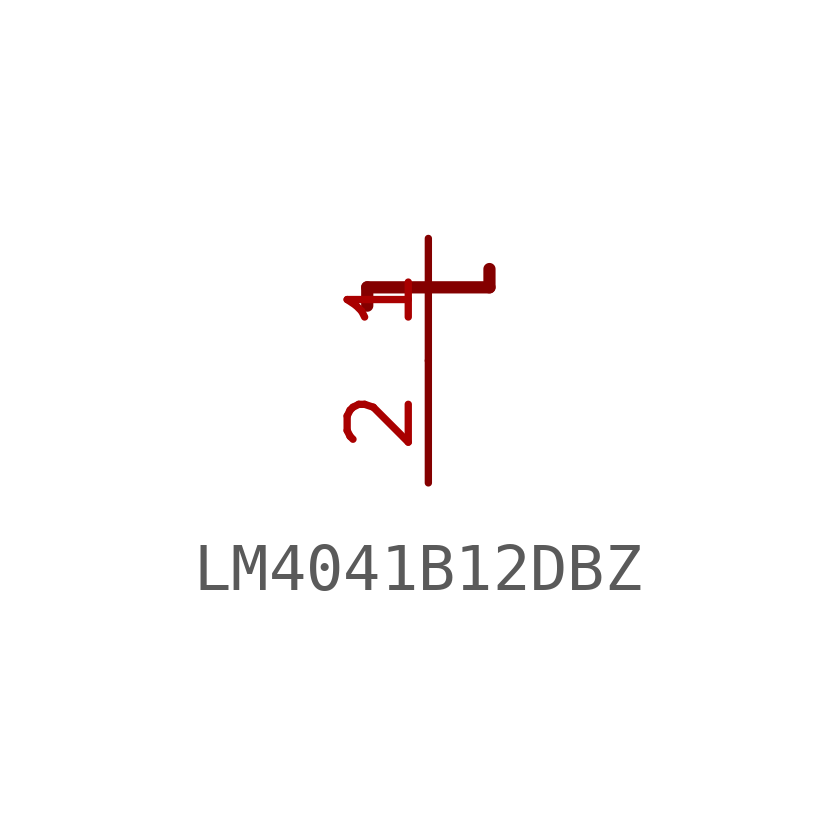
<source format=kicad_sym>
(kicad_symbol_lib
  (version 20231120)
  (generator "kicad_symbol_editor")
  (generator_version "8.0")
  (symbol "LM4041B12DBZ"
    (property "Reference" "IC"
      (at 0 0 0)
      (effects (font (size 1.27 1.27)) (hide yes)))
    (property "ki_locked" ""
      (at 0 0 0)
      (effects (font (size 1.27 1.27))))
    (symbol "LM4041B12DBZ_1_0"
      (polyline (pts (xy -1.27 0.572) (xy -1.27 0.191)) (stroke (width 0.254) (type solid)) (fill (type none)))
      (polyline (pts (xy 0 0.572) (xy -1.27 0.572)) (stroke (width 0.254) (type solid)) (fill (type none)))
      (polyline (pts (xy 1.27 0.572) (xy 0 0.572)) (stroke (width 0.254) (type solid)) (fill (type none)))
      (polyline (pts (xy 1.27 0.952) (xy 1.27 0.572)) (stroke (width 0.254) (type solid)) (fill (type none)))
      (pin passive line (at 0 1.588 270) (length 2.54) (name "C" (effects (font (size 0 0)))) (number "1" (effects (font (size 1.27 1.27)))))
      (pin passive line (at 0 -3.492 90) (length 2.54) (name "A" (effects (font (size 0 0)))) (number "2" (effects (font (size 1.27 1.27))))))))
</source>
